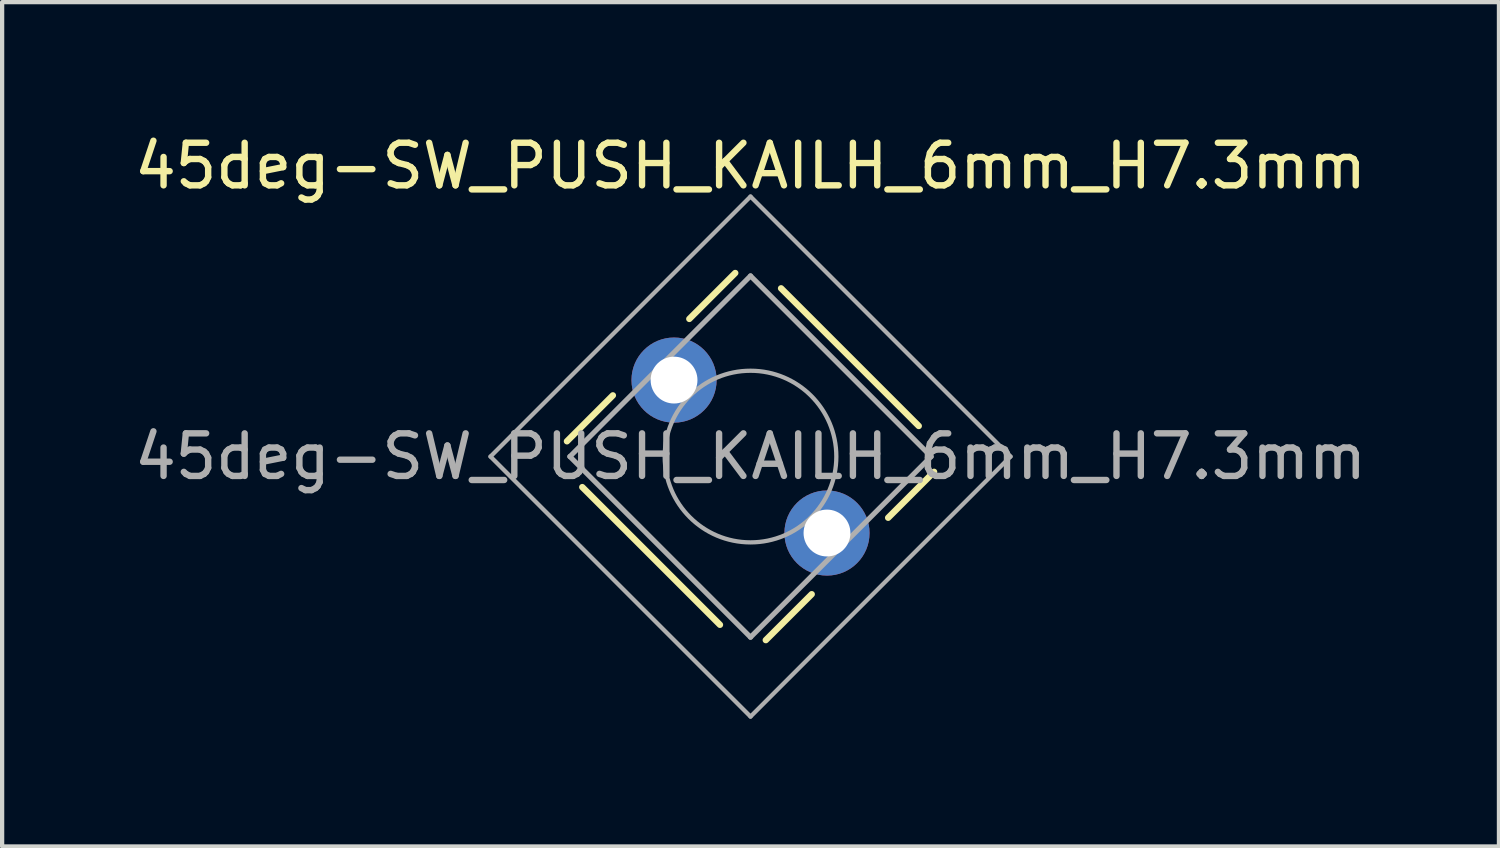
<source format=kicad_pcb>
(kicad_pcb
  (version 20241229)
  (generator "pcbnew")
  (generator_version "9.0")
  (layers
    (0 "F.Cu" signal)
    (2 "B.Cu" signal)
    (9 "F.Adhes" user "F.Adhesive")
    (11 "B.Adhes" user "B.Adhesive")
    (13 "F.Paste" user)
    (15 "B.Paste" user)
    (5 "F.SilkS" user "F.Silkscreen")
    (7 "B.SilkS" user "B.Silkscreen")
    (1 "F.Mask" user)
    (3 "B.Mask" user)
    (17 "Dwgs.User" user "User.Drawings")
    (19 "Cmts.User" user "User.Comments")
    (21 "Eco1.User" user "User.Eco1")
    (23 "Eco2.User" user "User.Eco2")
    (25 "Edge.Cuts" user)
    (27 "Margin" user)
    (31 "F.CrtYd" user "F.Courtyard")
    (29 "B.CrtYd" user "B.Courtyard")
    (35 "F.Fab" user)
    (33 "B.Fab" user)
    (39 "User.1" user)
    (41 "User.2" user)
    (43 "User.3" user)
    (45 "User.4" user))
  (footprint "45deg-SW_PUSH_KAILH_6mm_H7.3mm"
    (layer "F.Cu")
    (at 14.577 7.673)
    (property "Reference" "45deg-SW_PUSH_KAILH_6mm_H7.3mm" (at 0 -6.825 0) (layer "F.SilkS") (effects (font (size 1 1) (thickness 0.15))))
    (attr through_hole)
    (fp_line (start -4.311 -0.359) (end -3.233 -1.437) (stroke (width 0.15) (type solid)) (layer "F.SilkS"))
    (fp_line (start -3.951 0.718) (end -0.718 3.951) (stroke (width 0.15) (type solid)) (layer "F.SilkS"))
    (fp_line (start -1.437 -3.233) (end -0.359 -4.311) (stroke (width 0.15) (type solid)) (layer "F.SilkS"))
    (fp_line (start 0.359 4.311) (end 1.437 3.233) (stroke (width 0.15) (type solid)) (layer "F.SilkS"))
    (fp_line (start 0.718 -3.951) (end 3.951 -0.718) (stroke (width 0.15) (type solid)) (layer "F.SilkS"))
    (fp_line (start 3.233 1.437) (end 4.311 0.359) (stroke (width 0.15) (type solid)) (layer "F.SilkS"))
    (fp_line (start -6.107 0) (end 0 6.107) (stroke (width 0.1) (type solid)) (layer "F.Fab"))
    (fp_line (start -4.243 0) (end 0 4.243) (stroke (width 0.12) (type solid)) (layer "F.Fab"))
    (fp_line (start 0 -6.107) (end -6.107 0) (stroke (width 0.1) (type solid)) (layer "F.Fab"))
    (fp_line (start 0 -4.243) (end -4.243 0) (stroke (width 0.12) (type solid)) (layer "F.Fab"))
    (fp_line (start 0 4.243) (end 4.243 0) (stroke (width 0.12) (type solid)) (layer "F.Fab"))
    (fp_line (start 0 6.107) (end 6.107 0) (stroke (width 0.1) (type solid)) (layer "F.Fab"))
    (fp_line (start 4.243 0) (end 0 -4.243) (stroke (width 0.12) (type solid)) (layer "F.Fab"))
    (fp_line (start 6.107 0) (end 0 -6.107) (stroke (width 0.1) (type solid)) (layer "F.Fab"))
    (fp_circle (center 0 0) (end -2 0.25) (stroke (width 0.1) (type solid)) (fill no) (layer "F.Fab"))
    (fp_text user "${REFERENCE}" (at 0 0 0) (layer "F.Fab") (effects (font (size 1 1) (thickness 0.15))))
    (pad "1" thru_hole circle (at -1.796 -1.796 90) (size 2 2) (drill 1.1) (layers "*.Cu" "*.Mask"))
    (pad "2" thru_hole circle (at 1.796 1.796 90) (size 2 2) (drill 1.1) (layers "*.Cu" "*.Mask")))
  (gr_rect
    (start -3 -3)
    (end 32.155 16.83)
    (stroke (width 0.1) (type default))
    (fill no)
    (layer "Edge.Cuts")))
</source>
